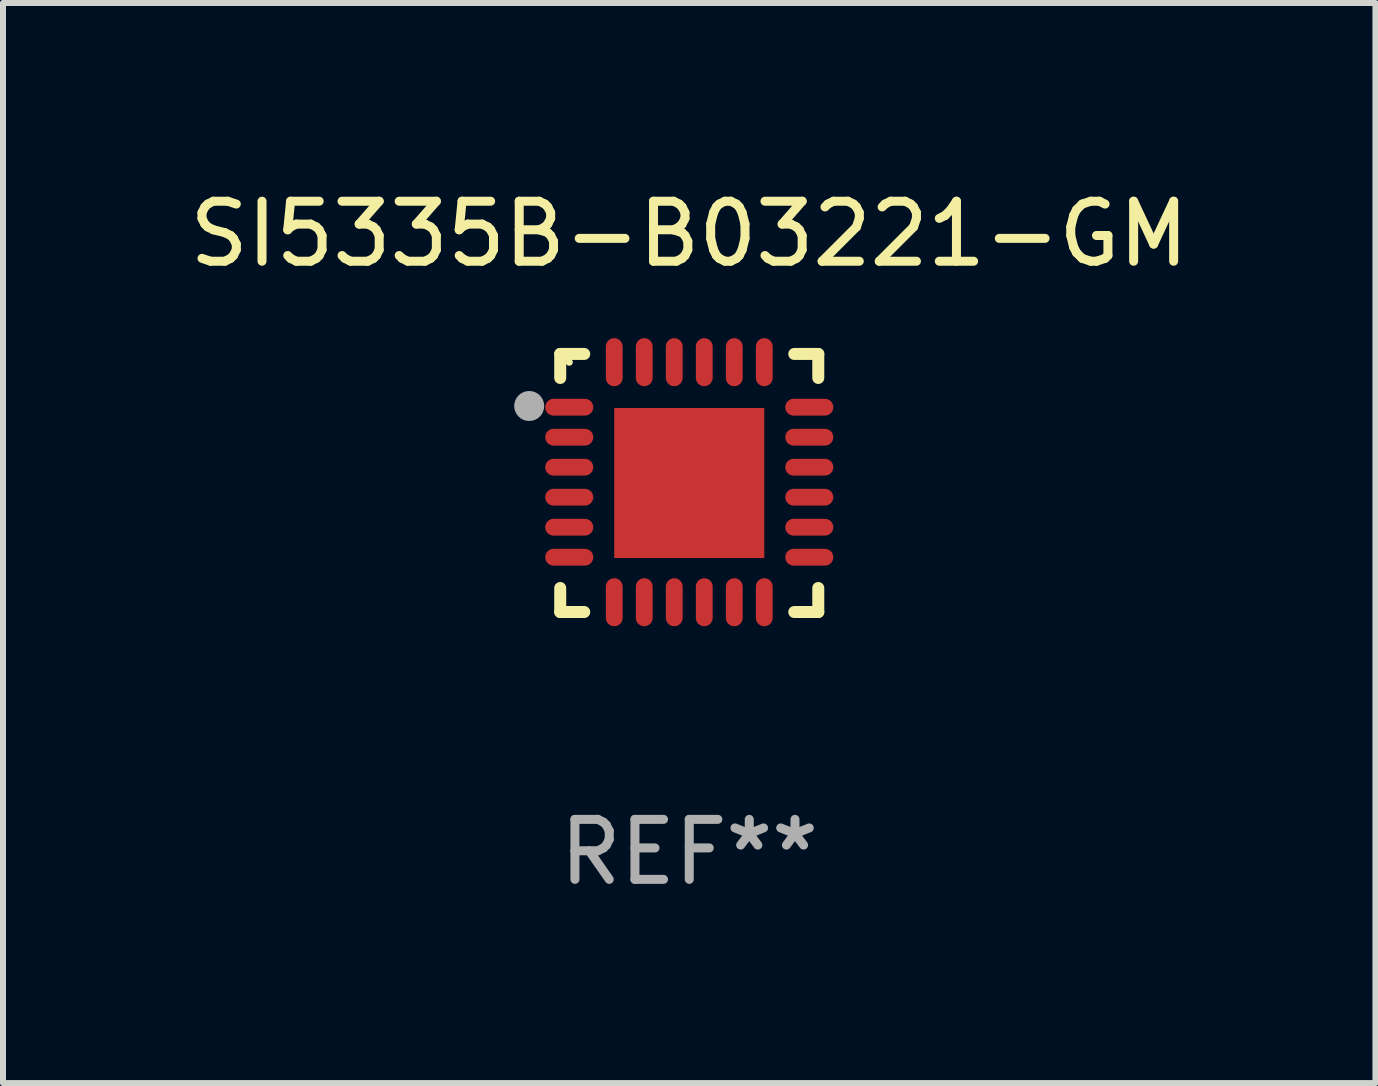
<source format=kicad_pcb>
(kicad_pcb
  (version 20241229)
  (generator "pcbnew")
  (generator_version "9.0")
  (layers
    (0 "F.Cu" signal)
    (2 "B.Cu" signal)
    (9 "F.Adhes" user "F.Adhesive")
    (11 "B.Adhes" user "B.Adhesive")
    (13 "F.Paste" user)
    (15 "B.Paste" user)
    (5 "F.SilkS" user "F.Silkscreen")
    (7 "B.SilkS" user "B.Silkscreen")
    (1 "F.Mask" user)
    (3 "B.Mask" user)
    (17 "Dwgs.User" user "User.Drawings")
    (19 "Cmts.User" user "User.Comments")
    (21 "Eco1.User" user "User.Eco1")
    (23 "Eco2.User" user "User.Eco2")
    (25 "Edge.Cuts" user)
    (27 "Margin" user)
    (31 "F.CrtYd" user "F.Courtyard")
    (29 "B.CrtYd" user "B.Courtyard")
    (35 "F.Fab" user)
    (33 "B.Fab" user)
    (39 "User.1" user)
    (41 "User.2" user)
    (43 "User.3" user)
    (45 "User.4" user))
  (footprint "SI5335B-B03221-GM"
    (layer "F.Cu")
    (at 8.435 4.998)
    (property "Reference" "SI5335B-B03221-GM" (at 0 -4.15 0) (layer "F.SilkS") (effects (font (size 1 1) (thickness 0.15))))
    (attr through_hole)
    (fp_line (start -2.15 -2.15) (end -1.75 -2.15) (stroke (width 0.2) (type solid)) (layer "F.SilkS"))
    (fp_line (start -2.15 -1.75) (end -2.15 -2.15) (stroke (width 0.2) (type solid)) (layer "F.SilkS"))
    (fp_line (start -2.15 2.15) (end -2.15 1.75) (stroke (width 0.2) (type solid)) (layer "F.SilkS"))
    (fp_line (start -1.75 2.15) (end -2.15 2.15) (stroke (width 0.2) (type solid)) (layer "F.SilkS"))
    (fp_line (start 1.75 -2.15) (end 2.15 -2.15) (stroke (width 0.2) (type solid)) (layer "F.SilkS"))
    (fp_line (start 1.75 2.15) (end 2.15 2.15) (stroke (width 0.2) (type solid)) (layer "F.SilkS"))
    (fp_line (start 2.15 -2.15) (end 2.15 -1.75) (stroke (width 0.2) (type solid)) (layer "F.SilkS"))
    (fp_line (start 2.15 2.15) (end 2.15 1.75) (stroke (width 0.2) (type solid)) (layer "F.SilkS"))
    (fp_circle (center -2 -2.013) (end -1.97 -2.013) (stroke (width 0.06) (type solid)) (fill no) (layer "F.SilkS"))
    (fp_circle (center -2.667 -1.283) (end -2.542 -1.283) (stroke (width 0.25) (type solid)) (fill no) (layer "F.Fab"))
    (fp_text user "REF**" (at 0 6.15 0) (layer "F.Fab") (effects (font (size 1 1) (thickness 0.15))))
    (pad "1" smd oval (at -2 -1.263) (size 0.8 0.28) (layers "F.Cu" "F.Mask" "F.Paste"))
    (pad "2" smd oval (at -2 -0.763) (size 0.8 0.28) (layers "F.Cu" "F.Mask" "F.Paste"))
    (pad "3" smd oval (at -2 -0.263) (size 0.8 0.28) (layers "F.Cu" "F.Mask" "F.Paste"))
    (pad "4" smd oval (at -2 0.237) (size 0.8 0.28) (layers "F.Cu" "F.Mask" "F.Paste"))
    (pad "5" smd oval (at -2 0.737) (size 0.8 0.28) (layers "F.Cu" "F.Mask" "F.Paste"))
    (pad "6" smd oval (at -2 1.237) (size 0.8 0.28) (layers "F.Cu" "F.Mask" "F.Paste"))
    (pad "7" smd oval (at -1.25 1.987) (size 0.28 0.8) (layers "F.Cu" "F.Mask" "F.Paste"))
    (pad "8" smd oval (at -0.75 1.987) (size 0.28 0.8) (layers "F.Cu" "F.Mask" "F.Paste"))
    (pad "9" smd oval (at -0.25 1.987) (size 0.28 0.8) (layers "F.Cu" "F.Mask" "F.Paste"))
    (pad "10" smd oval (at 0.25 1.987) (size 0.28 0.8) (layers "F.Cu" "F.Mask" "F.Paste"))
    (pad "11" smd oval (at 0.75 1.987) (size 0.28 0.8) (layers "F.Cu" "F.Mask" "F.Paste"))
    (pad "12" smd oval (at 1.25 1.987) (size 0.28 0.8) (layers "F.Cu" "F.Mask" "F.Paste"))
    (pad "13" smd oval (at 2 1.237) (size 0.8 0.28) (layers "F.Cu" "F.Mask" "F.Paste"))
    (pad "14" smd oval (at 2 0.737) (size 0.8 0.28) (layers "F.Cu" "F.Mask" "F.Paste"))
    (pad "15" smd oval (at 2 0.237) (size 0.8 0.28) (layers "F.Cu" "F.Mask" "F.Paste"))
    (pad "16" smd oval (at 2 -0.263) (size 0.8 0.28) (layers "F.Cu" "F.Mask" "F.Paste"))
    (pad "17" smd oval (at 2 -0.763) (size 0.8 0.28) (layers "F.Cu" "F.Mask" "F.Paste"))
    (pad "18" smd oval (at 2 -1.263) (size 0.8 0.28) (layers "F.Cu" "F.Mask" "F.Paste"))
    (pad "19" smd oval (at 1.25 -2.013) (size 0.28 0.8) (layers "F.Cu" "F.Mask" "F.Paste"))
    (pad "20" smd oval (at 0.75 -2.013) (size 0.28 0.8) (layers "F.Cu" "F.Mask" "F.Paste"))
    (pad "21" smd oval (at 0.25 -2.013) (size 0.28 0.8) (layers "F.Cu" "F.Mask" "F.Paste"))
    (pad "22" smd oval (at -0.25 -2.013) (size 0.28 0.8) (layers "F.Cu" "F.Mask" "F.Paste"))
    (pad "23" smd oval (at -0.75 -2.013) (size 0.28 0.8) (layers "F.Cu" "F.Mask" "F.Paste"))
    (pad "24" smd oval (at -1.25 -2.013) (size 0.28 0.8) (layers "F.Cu" "F.Mask" "F.Paste"))
    (pad "25" smd rect (at -0.000127 -0.00014) (size 2.5 2.5) (layers "F.Cu" "F.Mask" "F.Paste")))
  (gr_rect
    (start -3 -3)
    (end 19.869 14.997)
    (stroke (width 0.1) (type default))
    (fill no)
    (layer "Edge.Cuts")))
</source>
